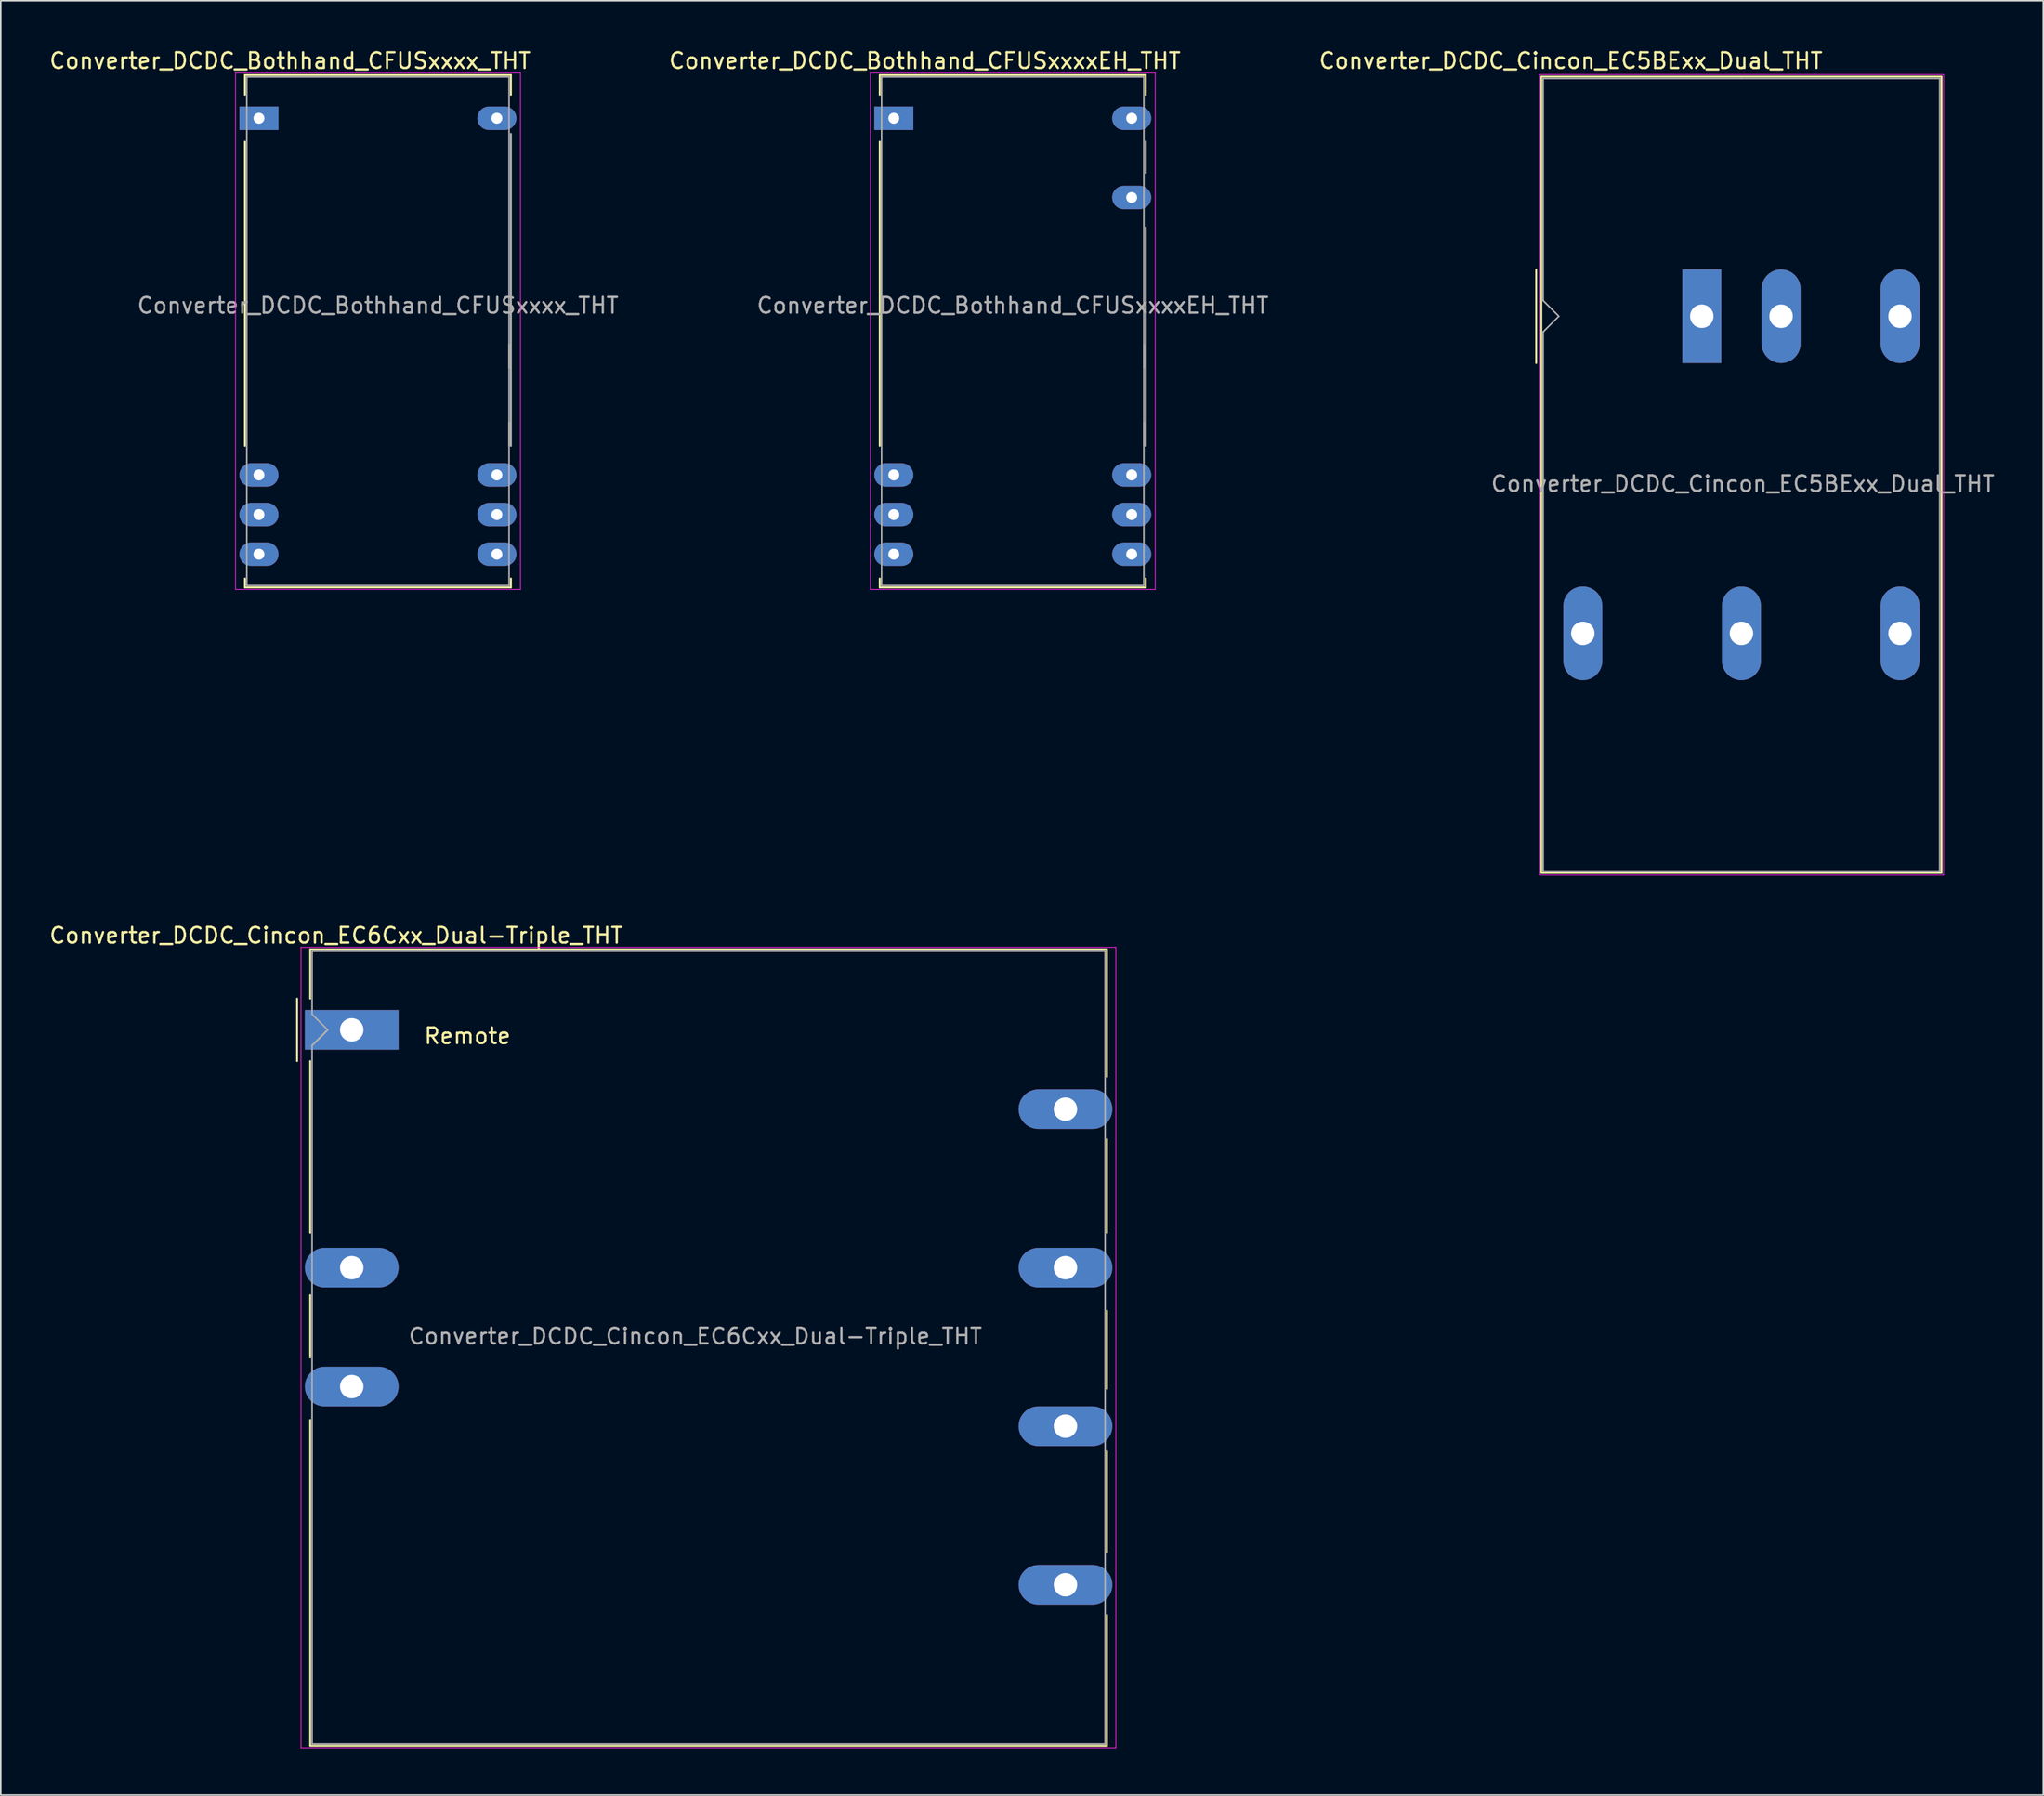
<source format=kicad_pcb>
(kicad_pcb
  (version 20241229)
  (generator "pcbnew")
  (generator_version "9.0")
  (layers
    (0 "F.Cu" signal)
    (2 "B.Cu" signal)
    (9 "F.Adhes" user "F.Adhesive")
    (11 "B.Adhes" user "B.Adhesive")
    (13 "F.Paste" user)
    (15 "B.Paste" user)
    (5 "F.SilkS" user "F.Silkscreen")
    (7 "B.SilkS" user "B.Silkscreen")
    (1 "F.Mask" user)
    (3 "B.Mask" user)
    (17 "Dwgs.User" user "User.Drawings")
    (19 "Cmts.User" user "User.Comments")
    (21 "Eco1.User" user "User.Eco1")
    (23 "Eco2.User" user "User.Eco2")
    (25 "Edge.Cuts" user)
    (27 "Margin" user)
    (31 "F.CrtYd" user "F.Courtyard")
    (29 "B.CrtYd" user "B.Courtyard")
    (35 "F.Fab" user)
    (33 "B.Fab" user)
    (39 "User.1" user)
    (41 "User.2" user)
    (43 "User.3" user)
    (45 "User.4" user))
  (footprint "Converter_DCDC_Bothhand_CFUSxxxx_THT"
    (layer "F.Cu")
    (at 13.54 4.528)
    (property "Reference" "Converter_DCDC_Bothhand_CFUSxxxx_THT" (at 1.99 -3.68 0) (layer "F.SilkS") (effects (font (size 1 1) (thickness 0.15))))
    (attr through_hole)
    (fp_line (start -0.9 -2.77) (end 16.14 -2.77) (stroke (width 0.12) (type solid)) (layer "F.SilkS"))
    (fp_line (start -0.9 -1.5) (end -0.9 -2.77) (stroke (width 0.12) (type solid)) (layer "F.SilkS"))
    (fp_line (start -0.9 1.5) (end -0.9 21) (stroke (width 0.12) (type solid)) (layer "F.SilkS"))
    (fp_line (start -0.9 29.5) (end -0.9 30.07) (stroke (width 0.12) (type solid)) (layer "F.SilkS"))
    (fp_line (start -0.9 30.07) (end 16.14 30.07) (stroke (width 0.12) (type solid)) (layer "F.SilkS"))
    (fp_line (start 16.14 -2.77) (end 16.14 -1.5) (stroke (width 0.12) (type solid)) (layer "F.SilkS"))
    (fp_line (start 16.14 30.07) (end 16.14 29.5) (stroke (width 0.12) (type solid)) (layer "F.SilkS"))
    (fp_line (start -1.5 -2.9) (end -1.5 30.2) (stroke (width 0.05) (type solid)) (layer "F.CrtYd"))
    (fp_line (start -1.5 -2.9) (end 16.75 -2.9) (stroke (width 0.05) (type solid)) (layer "F.CrtYd"))
    (fp_line (start -1.5 30.2) (end 16.75 30.2) (stroke (width 0.05) (type solid)) (layer "F.CrtYd"))
    (fp_line (start 16.75 -2.9) (end 16.75 30.2) (stroke (width 0.05) (type solid)) (layer "F.CrtYd"))
    (fp_line (start -0.78 -2.65) (end 16.02 -2.65) (stroke (width 0.1) (type solid)) (layer "F.Fab"))
    (fp_line (start -0.78 29.95) (end -0.78 -2.65) (stroke (width 0.1) (type solid)) (layer "F.Fab"))
    (fp_line (start 16.02 -2.65) (end 16.02 29.95) (stroke (width 0.1) (type solid)) (layer "F.Fab"))
    (fp_line (start 16.02 14.5) (end 16.02 16) (stroke (width 0.1) (type solid)) (layer "F.Fab"))
    (fp_line (start 16.02 19.5) (end 16.02 21) (stroke (width 0.1) (type solid)) (layer "F.Fab"))
    (fp_line (start 16.02 29.95) (end -0.78 29.95) (stroke (width 0.1) (type solid)) (layer "F.Fab"))
    (fp_line (start 16.14 1) (end 16.14 21) (stroke (width 0.12) (type solid)) (layer "F.Fab"))
    (fp_text user "${REFERENCE}" (at 7.62 12 0) (layer "F.Fab") (effects (font (size 1 1) (thickness 0.15))))
    (pad "1" thru_hole rect (at 0 0) (size 2.5 1.5) (drill 0.7) (layers "*.Cu" "*.Mask"))
    (pad "10" thru_hole oval (at 0 22.86) (size 2.5 1.5) (drill 0.7) (layers "*.Cu" "*.Mask"))
    (pad "11" thru_hole oval (at 0 25.4) (size 2.5 1.5) (drill 0.7) (layers "*.Cu" "*.Mask"))
    (pad "12" thru_hole oval (at 0 27.94) (size 2.5 1.5) (drill 0.7) (layers "*.Cu" "*.Mask"))
    (pad "13" thru_hole oval (at 15.24 27.94) (size 2.5 1.5) (drill 0.7) (layers "*.Cu" "*.Mask"))
    (pad "14" thru_hole oval (at 15.24 25.4) (size 2.5 1.5) (drill 0.7) (layers "*.Cu" "*.Mask"))
    (pad "15" thru_hole oval (at 15.24 22.86) (size 2.5 1.5) (drill 0.7) (layers "*.Cu" "*.Mask"))
    (pad "24" thru_hole oval (at 15.24 0) (size 2.5 1.5) (drill 0.7) (layers "*.Cu" "*.Mask")))
  (footprint "Converter_DCDC_Cincon_EC5BExx_Dual_THT"
    (layer "F.Cu")
    (at 105.965 17.218)
    (property "Reference" "Converter_DCDC_Cincon_EC5BExx_Dual_THT" (at -8.39 -16.37 180) (layer "F.SilkS") (effects (font (size 1 1) (thickness 0.15))))
    (attr through_hole)
    (fp_line (start -10.61 -3) (end -10.61 3) (stroke (width 0.12) (type solid)) (layer "F.SilkS"))
    (fp_line (start -10.28 -15.36) (end 15.36 -15.36) (stroke (width 0.12) (type solid)) (layer "F.SilkS"))
    (fp_line (start -10.28 35.68) (end -10.28 -15.36) (stroke (width 0.12) (type solid)) (layer "F.SilkS"))
    (fp_line (start 15.36 -15.36) (end 15.36 35.68) (stroke (width 0.12) (type solid)) (layer "F.SilkS"))
    (fp_line (start 15.36 35.68) (end -10.28 35.68) (stroke (width 0.12) (type solid)) (layer "F.SilkS"))
    (fp_line (start -10.41 -15.49) (end 15.49 -15.49) (stroke (width 0.05) (type solid)) (layer "F.CrtYd"))
    (fp_line (start -10.41 35.8) (end -10.41 -15.49) (stroke (width 0.05) (type solid)) (layer "F.CrtYd"))
    (fp_line (start -10.41 35.81) (end 15.49 35.81) (stroke (width 0.05) (type solid)) (layer "F.CrtYd"))
    (fp_line (start 15.49 35.81) (end 15.49 -15.49) (stroke (width 0.05) (type solid)) (layer "F.CrtYd"))
    (fp_line (start -10.16 -1) (end -10.16 -15.24) (stroke (width 0.1) (type solid)) (layer "F.Fab"))
    (fp_line (start -10.16 1) (end -10.16 35.56) (stroke (width 0.1) (type solid)) (layer "F.Fab"))
    (fp_line (start -10.16 1) (end -9.16 0) (stroke (width 0.1) (type solid)) (layer "F.Fab"))
    (fp_line (start -10.16 35.56) (end 15.24 35.56) (stroke (width 0.1) (type solid)) (layer "F.Fab"))
    (fp_line (start -9.16 0) (end -10.16 -1) (stroke (width 0.1) (type solid)) (layer "F.Fab"))
    (fp_line (start 2.54 -15.24) (end -10.16 -15.24) (stroke (width 0.1) (type solid)) (layer "F.Fab"))
    (fp_line (start 15.24 -15.24) (end 2.54 -15.24) (stroke (width 0.1) (type solid)) (layer "F.Fab"))
    (fp_line (start 15.24 35.56) (end 15.24 -15.24) (stroke (width 0.1) (type solid)) (layer "F.Fab"))
    (fp_text user "${REFERENCE}" (at 2.63 10.74 0) (layer "F.Fab") (effects (font (size 1 1) (thickness 0.15))))
    (pad "1" thru_hole rect (at 0 0 90) (size 6 2.5) (drill 1.5) (layers "*.Cu" "*.Mask"))
    (pad "2" thru_hole oval (at 5.08 0 90) (size 6 2.5) (drill 1.5) (layers "*.Cu" "*.Mask"))
    (pad "3" thru_hole oval (at -7.62 20.32 90) (size 6 2.5) (drill 1.5) (layers "*.Cu" "*.Mask"))
    (pad "4" thru_hole oval (at 2.54 20.32 90) (size 6 2.5) (drill 1.5) (layers "*.Cu" "*.Mask"))
    (pad "5" thru_hole oval (at 12.7 20.32 90) (size 6 2.5) (drill 1.5) (layers "*.Cu" "*.Mask"))
    (pad "6" thru_hole oval (at 12.7 0 90) (size 6 2.5) (drill 1.5) (layers "*.Cu" "*.Mask")))
  (footprint "Converter_DCDC_Bothhand_CFUSxxxxEH_THT"
    (layer "F.Cu")
    (at 54.205 4.528)
    (property "Reference" "Converter_DCDC_Bothhand_CFUSxxxxEH_THT" (at 1.99 -3.68 0) (layer "F.SilkS") (effects (font (size 1 1) (thickness 0.15))))
    (attr through_hole)
    (fp_line (start -0.9 -2.77) (end 16.14 -2.77) (stroke (width 0.12) (type solid)) (layer "F.SilkS"))
    (fp_line (start -0.9 -1.5) (end -0.9 -2.77) (stroke (width 0.12) (type solid)) (layer "F.SilkS"))
    (fp_line (start -0.9 1.5) (end -0.9 21) (stroke (width 0.12) (type solid)) (layer "F.SilkS"))
    (fp_line (start -0.9 29.5) (end -0.9 30.07) (stroke (width 0.12) (type solid)) (layer "F.SilkS"))
    (fp_line (start -0.9 30.07) (end 16.14 30.07) (stroke (width 0.12) (type solid)) (layer "F.SilkS"))
    (fp_line (start 16.14 -2.77) (end 16.14 -1.5) (stroke (width 0.12) (type solid)) (layer "F.SilkS"))
    (fp_line (start 16.14 30.07) (end 16.14 29.5) (stroke (width 0.12) (type solid)) (layer "F.SilkS"))
    (fp_line (start -1.5 -2.9) (end -1.5 30.2) (stroke (width 0.05) (type solid)) (layer "F.CrtYd"))
    (fp_line (start -1.5 -2.9) (end 16.75 -2.9) (stroke (width 0.05) (type solid)) (layer "F.CrtYd"))
    (fp_line (start -1.5 30.2) (end 16.75 30.2) (stroke (width 0.05) (type solid)) (layer "F.CrtYd"))
    (fp_line (start 16.75 -2.9) (end 16.75 30.2) (stroke (width 0.05) (type solid)) (layer "F.CrtYd"))
    (fp_line (start -0.78 -2.65) (end 16.02 -2.65) (stroke (width 0.1) (type solid)) (layer "F.Fab"))
    (fp_line (start -0.78 29.95) (end -0.78 -2.65) (stroke (width 0.1) (type solid)) (layer "F.Fab"))
    (fp_line (start 16.02 -2.65) (end 16.02 29.95) (stroke (width 0.1) (type solid)) (layer "F.Fab"))
    (fp_line (start 16.02 14.5) (end 16.02 16) (stroke (width 0.1) (type solid)) (layer "F.Fab"))
    (fp_line (start 16.02 19.5) (end 16.02 21) (stroke (width 0.1) (type solid)) (layer "F.Fab"))
    (fp_line (start 16.02 29.95) (end -0.78 29.95) (stroke (width 0.1) (type solid)) (layer "F.Fab"))
    (fp_line (start 16.14 1.5) (end 16.14 3.5) (stroke (width 0.12) (type solid)) (layer "F.Fab"))
    (fp_line (start 16.14 7) (end 16.14 21) (stroke (width 0.12) (type solid)) (layer "F.Fab"))
    (fp_text user "${REFERENCE}" (at 7.62 12 0) (layer "F.Fab") (effects (font (size 1 1) (thickness 0.15))))
    (pad "1" thru_hole rect (at 0 0) (size 2.5 1.5) (drill 0.7) (layers "*.Cu" "*.Mask"))
    (pad "10" thru_hole oval (at 0 22.86) (size 2.5 1.5) (drill 0.7) (layers "*.Cu" "*.Mask"))
    (pad "11" thru_hole oval (at 0 25.4) (size 2.5 1.5) (drill 0.7) (layers "*.Cu" "*.Mask"))
    (pad "12" thru_hole oval (at 0 27.94) (size 2.5 1.5) (drill 0.7) (layers "*.Cu" "*.Mask"))
    (pad "13" thru_hole oval (at 15.24 27.94) (size 2.5 1.5) (drill 0.7) (layers "*.Cu" "*.Mask"))
    (pad "14" thru_hole oval (at 15.24 25.4) (size 2.5 1.5) (drill 0.7) (layers "*.Cu" "*.Mask"))
    (pad "15" thru_hole oval (at 15.24 22.86) (size 2.5 1.5) (drill 0.7) (layers "*.Cu" "*.Mask"))
    (pad "22" thru_hole oval (at 15.24 5.08) (size 2.5 1.5) (drill 0.7) (layers "*.Cu" "*.Mask"))
    (pad "24" thru_hole oval (at 15.24 0) (size 2.5 1.5) (drill 0.7) (layers "*.Cu" "*.Mask")))
  (footprint "Converter_DCDC_Cincon_EC6Cxx_Dual-Triple_THT"
    (layer "F.Cu")
    (at 19.482 62.952)
    (property "Reference" "Converter_DCDC_Cincon_EC6Cxx_Dual-Triple_THT" (at -1 -6.05 0) (layer "F.SilkS") (effects (font (size 1 1) (thickness 0.15))))
    (attr through_hole)
    (fp_line (start -3.5 -2) (end -3.5 2) (stroke (width 0.12) (type solid)) (layer "F.SilkS"))
    (fp_line (start -2.66 -5.16) (end 48.38 -5.16) (stroke (width 0.12) (type solid)) (layer "F.SilkS"))
    (fp_line (start -2.66 -2) (end -2.66 -5.16) (stroke (width 0.12) (type solid)) (layer "F.SilkS"))
    (fp_line (start -2.66 2) (end -2.66 13) (stroke (width 0.12) (type solid)) (layer "F.SilkS"))
    (fp_line (start -2.66 17) (end -2.66 21) (stroke (width 0.12) (type solid)) (layer "F.SilkS"))
    (fp_line (start -2.66 25) (end -2.66 45.88) (stroke (width 0.12) (type solid)) (layer "F.SilkS"))
    (fp_line (start 48.38 -5.16) (end 48.38 3) (stroke (width 0.12) (type solid)) (layer "F.SilkS"))
    (fp_line (start 48.38 7) (end 48.38 13) (stroke (width 0.12) (type solid)) (layer "F.SilkS"))
    (fp_line (start 48.38 18) (end 48.38 23) (stroke (width 0.12) (type solid)) (layer "F.SilkS"))
    (fp_line (start 48.38 27) (end 48.38 33.5) (stroke (width 0.12) (type solid)) (layer "F.SilkS"))
    (fp_line (start 48.38 45.88) (end -2.66 45.88) (stroke (width 0.12) (type solid)) (layer "F.SilkS"))
    (fp_line (start 48.38 45.88) (end 48.38 37.5) (stroke (width 0.12) (type solid)) (layer "F.SilkS"))
    (fp_line (start -3.25 -5.29) (end -3.25 46.01) (stroke (width 0.05) (type solid)) (layer "F.CrtYd"))
    (fp_line (start -3.25 -5.29) (end 48.95 -5.29) (stroke (width 0.05) (type solid)) (layer "F.CrtYd"))
    (fp_line (start -3.25 46.01) (end 48.95 46.01) (stroke (width 0.05) (type solid)) (layer "F.CrtYd"))
    (fp_line (start 48.95 -5.29) (end 48.95 46.01) (stroke (width 0.05) (type solid)) (layer "F.CrtYd"))
    (fp_line (start -2.54 -5.04) (end 48.26 -5.04) (stroke (width 0.1) (type solid)) (layer "F.Fab"))
    (fp_line (start -2.54 -1) (end -2.54 -5.04) (stroke (width 0.1) (type solid)) (layer "F.Fab"))
    (fp_line (start -2.54 -1) (end -1.54 0) (stroke (width 0.1) (type solid)) (layer "F.Fab"))
    (fp_line (start -2.54 45.76) (end -2.54 1) (stroke (width 0.1) (type solid)) (layer "F.Fab"))
    (fp_line (start -1.54 0) (end -2.54 1) (stroke (width 0.12) (type solid)) (layer "F.Fab"))
    (fp_line (start 48.26 45.76) (end -2.54 45.76) (stroke (width 0.1) (type solid)) (layer "F.Fab"))
    (fp_line (start 48.26 45.76) (end 48.26 -5.04) (stroke (width 0.1) (type solid)) (layer "F.Fab"))
    (fp_text user "Remote" (at 7.414 0.391 0) (layer "F.SilkS") (effects (font (size 1 1) (thickness 0.15))))
    (fp_text user "${REFERENCE}" (at 22.01 19.63 0) (layer "F.Fab") (effects (font (size 1 1) (thickness 0.15))))
    (pad "1" thru_hole rect (at 0 0) (size 5.999 2.54) (drill 1.5) (layers "*.Cu" "*.Mask"))
    (pad "3" thru_hole oval (at 0 15.24) (size 6 2.54) (drill 1.5) (layers "*.Cu" "*.Mask"))
    (pad "4" thru_hole oval (at 0 22.86) (size 6 2.54) (drill 1.5) (layers "*.Cu" "*.Mask"))
    (pad "5" thru_hole oval (at 45.72 5.08) (size 5.999 2.54) (drill 1.5) (layers "*.Cu" "*.Mask"))
    (pad "6" thru_hole oval (at 45.72 15.24) (size 6 2.54) (drill 1.5) (layers "*.Cu" "*.Mask"))
    (pad "7" thru_hole oval (at 45.72 25.4) (size 6 2.54) (drill 1.5) (layers "*.Cu" "*.Mask"))
    (pad "13" thru_hole oval (at 45.72 35.56) (size 6 2.54) (drill 1.5) (layers "*.Cu" "*.Mask")))
  (gr_rect
    (start -3 -3)
    (end 127.84 111.987)
    (stroke (width 0.1) (type default))
    (fill no)
    (layer "Edge.Cuts")))
</source>
